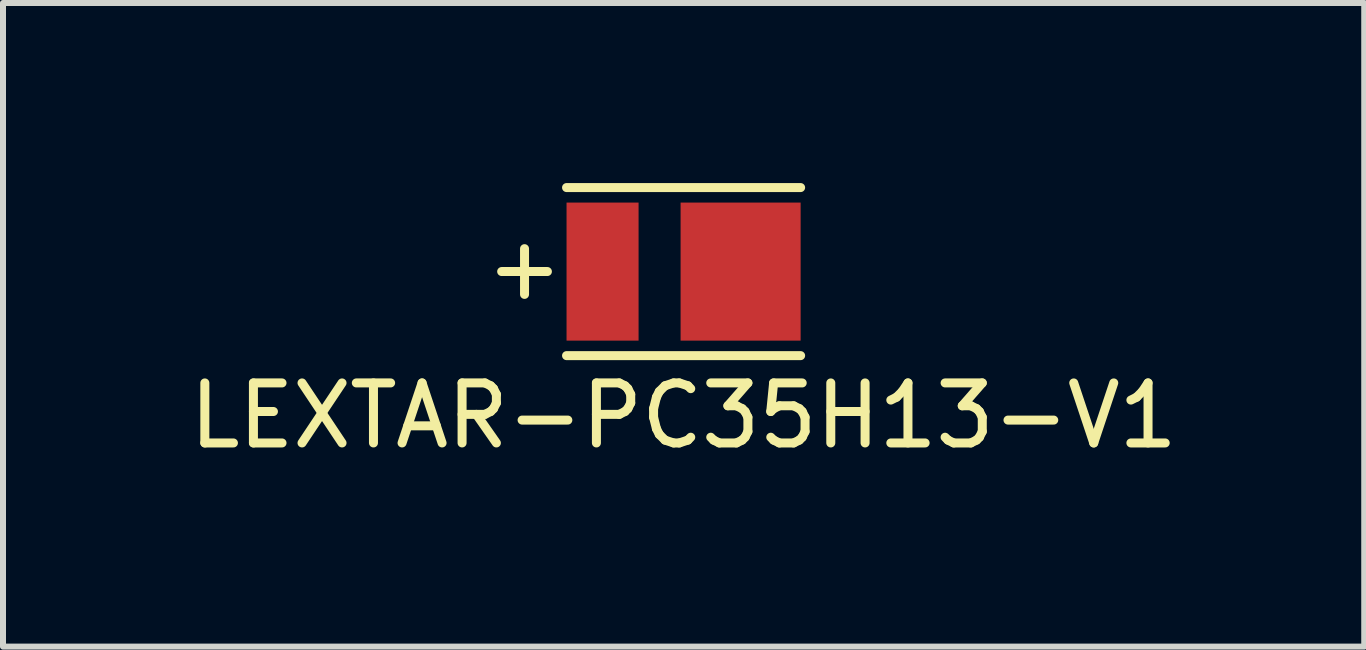
<source format=kicad_pcb>
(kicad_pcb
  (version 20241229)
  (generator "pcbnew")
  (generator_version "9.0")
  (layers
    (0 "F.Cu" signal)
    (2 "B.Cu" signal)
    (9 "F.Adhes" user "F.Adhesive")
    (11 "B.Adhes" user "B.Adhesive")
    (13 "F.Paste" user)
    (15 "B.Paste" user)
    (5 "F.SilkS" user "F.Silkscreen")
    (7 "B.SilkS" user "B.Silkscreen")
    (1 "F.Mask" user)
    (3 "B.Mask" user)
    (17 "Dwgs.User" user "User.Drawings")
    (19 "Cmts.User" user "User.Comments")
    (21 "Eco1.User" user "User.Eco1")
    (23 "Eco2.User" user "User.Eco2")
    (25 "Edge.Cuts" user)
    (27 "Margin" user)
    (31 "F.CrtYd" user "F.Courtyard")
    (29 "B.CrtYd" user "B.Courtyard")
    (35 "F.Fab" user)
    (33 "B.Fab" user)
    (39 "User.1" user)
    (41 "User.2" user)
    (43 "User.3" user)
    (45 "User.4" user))
  (footprint "LEXTAR-PC35H13-V1"
    (layer "F.Cu")
    (at 8.339 1.475)
    (property "Reference" "LEXTAR-PC35H13-V1" (at 0 2.4 0) (layer "F.SilkS") (effects (font (size 1 1) (thickness 0.15))))
    (attr smd)
    (fp_line (start -1.95 -1.4) (end 1.95 -1.4) (stroke (width 0.15) (type solid)) (layer "F.SilkS"))
    (fp_line (start -1.95 1.4) (end 1.95 1.4) (stroke (width 0.15) (type solid)) (layer "F.SilkS"))
    (fp_text user "+" (at -2.65 -0.075 0) (layer "F.SilkS") (effects (font (size 1 1) (thickness 0.15))))
    (pad "1" smd rect (at 0.95 0) (size 2 2.3) (layers "F.Cu" "F.Mask" "F.Paste"))
    (pad "2" smd rect (at -1.35 0) (size 1.2 2.3) (layers "F.Cu" "F.Mask" "F.Paste")))
  (gr_rect
    (start -3 -3)
    (end 19.679 7.723)
    (stroke (width 0.1) (type default))
    (fill no)
    (layer "Edge.Cuts")))
</source>
